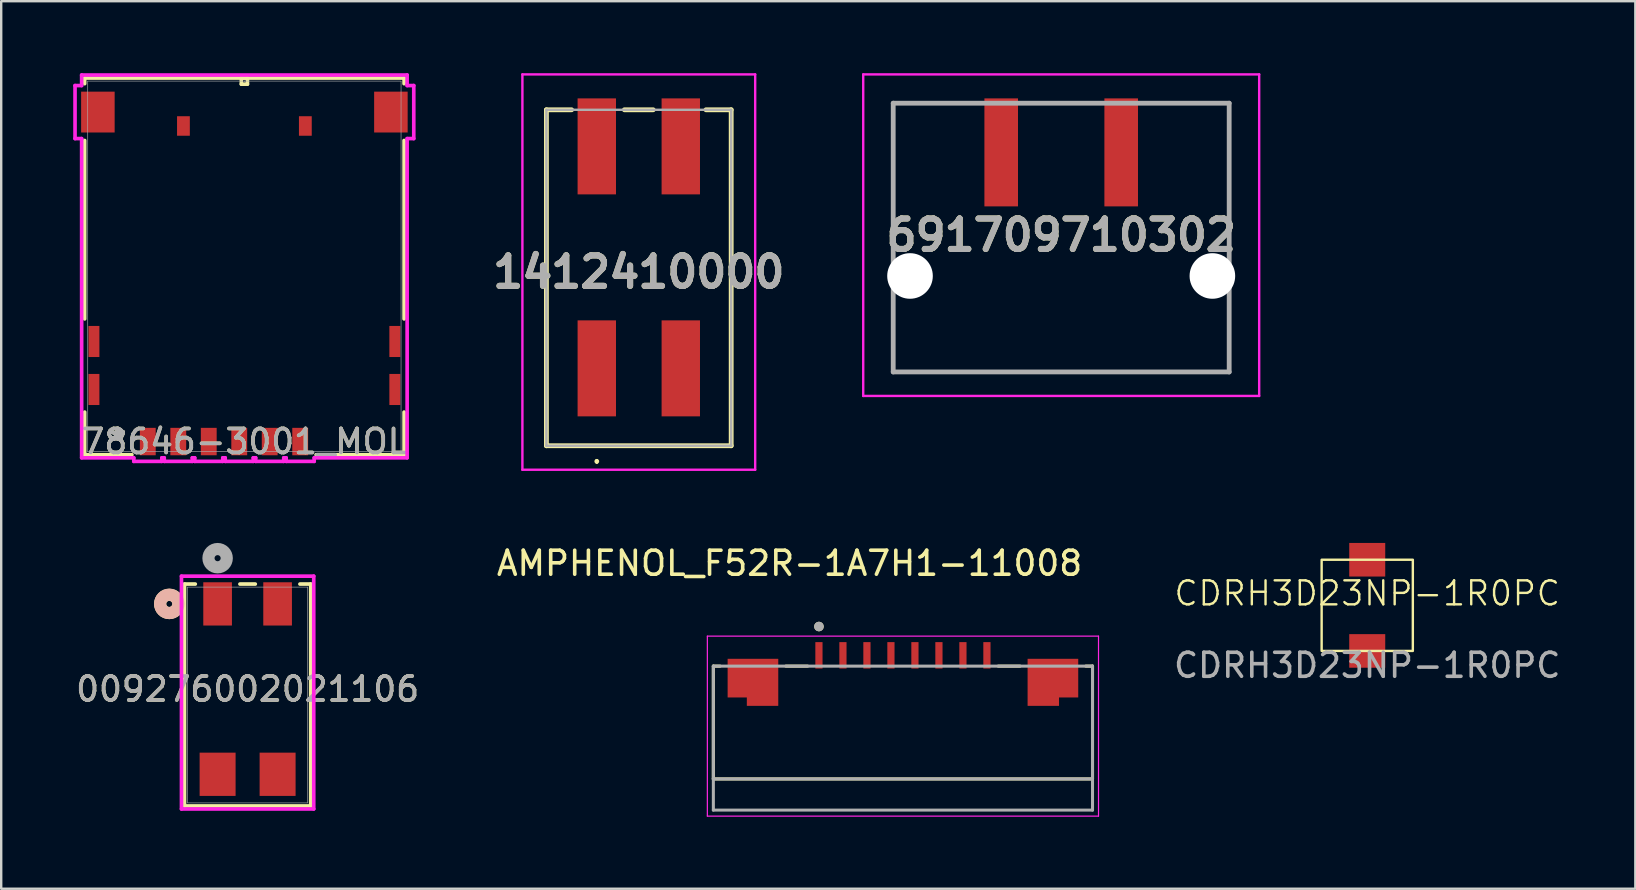
<source format=kicad_pcb>
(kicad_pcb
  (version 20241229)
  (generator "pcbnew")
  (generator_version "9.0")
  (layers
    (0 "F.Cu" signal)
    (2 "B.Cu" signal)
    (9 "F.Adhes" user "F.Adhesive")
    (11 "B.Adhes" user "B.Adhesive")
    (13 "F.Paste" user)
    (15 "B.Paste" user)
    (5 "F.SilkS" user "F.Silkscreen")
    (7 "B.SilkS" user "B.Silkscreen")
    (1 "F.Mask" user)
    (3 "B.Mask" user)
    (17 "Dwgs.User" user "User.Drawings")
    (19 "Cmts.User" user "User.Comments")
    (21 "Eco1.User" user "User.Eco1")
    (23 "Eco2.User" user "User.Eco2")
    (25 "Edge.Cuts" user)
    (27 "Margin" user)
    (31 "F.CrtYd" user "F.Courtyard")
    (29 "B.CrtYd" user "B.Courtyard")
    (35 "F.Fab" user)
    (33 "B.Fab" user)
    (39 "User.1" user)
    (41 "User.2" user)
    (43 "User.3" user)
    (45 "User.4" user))
  (footprint "CDRH3D23NP-1R0PC"
    (layer "F.Cu")
    (at 53.924 22.175)
    (property "Reference" "CDRH3D23NP-1R0PC" (at 0 -0.5 0) (unlocked yes) (layer "F.SilkS") (effects (font (size 1 1) (thickness 0.1))))
    (attr smd)
    (fp_rect (start 1.9 1.9) (end -1.9 -1.9) (stroke (width 0.1) (type default)) (fill no) (layer "F.SilkS"))
    (fp_text user "${REFERENCE}" (at 0 2.5 0) (unlocked yes) (layer "F.Fab") (effects (font (size 1 1) (thickness 0.15))))
    (pad "1" smd rect (at 0 -1.9) (size 1.5 1.4) (layers "F.Cu" "F.Mask" "F.Paste"))
    (pad "2" smd rect (at 0 1.9) (size 1.5 1.4) (layers "F.Cu" "F.Mask" "F.Paste")))
  (footprint "1412410000"
    (layer "F.Cu")
    (at 23.569 8.525)
    (property "Reference" "1412410000" (at 0 -0.237 0) (layer "F.SilkS") (effects (font (size 1.27 1.27) (thickness 0.254))))
    (attr smd)
    (fp_line (start -3.85 -7) (end -3.85 7) (stroke (width 0.2) (type solid)) (layer "F.SilkS"))
    (fp_line (start -3.85 7) (end 3.85 7) (stroke (width 0.2) (type solid)) (layer "F.SilkS"))
    (fp_line (start -2.8 -7) (end -3.85 -7) (stroke (width 0.2) (type solid)) (layer "F.SilkS"))
    (fp_line (start -1.75 7.6) (end -1.75 7.6) (stroke (width 0.1) (type solid)) (layer "F.SilkS"))
    (fp_line (start -1.75 7.7) (end -1.75 7.7) (stroke (width 0.1) (type solid)) (layer "F.SilkS"))
    (fp_line (start -0.6 -7) (end 0.6 -7) (stroke (width 0.2) (type solid)) (layer "F.SilkS"))
    (fp_line (start 3.85 -7) (end 2.8 -7) (stroke (width 0.2) (type solid)) (layer "F.SilkS"))
    (fp_line (start 3.85 7) (end 3.85 -7) (stroke (width 0.2) (type solid)) (layer "F.SilkS"))
    (fp_arc (start -1.75 7.6) (mid -1.7 7.65) (end -1.75 7.7) (stroke (width 0.1) (type solid)) (layer "F.SilkS"))
    (fp_arc (start -1.75 7.7) (mid -1.8 7.65) (end -1.75 7.6) (stroke (width 0.1) (type solid)) (layer "F.SilkS"))
    (fp_line (start -4.85 -8.475) (end 4.85 -8.475) (stroke (width 0.1) (type solid)) (layer "F.CrtYd"))
    (fp_line (start -4.85 8) (end -4.85 -8.475) (stroke (width 0.1) (type solid)) (layer "F.CrtYd"))
    (fp_line (start 4.85 -8.475) (end 4.85 8) (stroke (width 0.1) (type solid)) (layer "F.CrtYd"))
    (fp_line (start 4.85 8) (end -4.85 8) (stroke (width 0.1) (type solid)) (layer "F.CrtYd"))
    (fp_line (start -3.85 -7) (end -3.85 7) (stroke (width 0.1) (type solid)) (layer "F.Fab"))
    (fp_line (start -3.85 7) (end 3.85 7) (stroke (width 0.1) (type solid)) (layer "F.Fab"))
    (fp_line (start 3.85 -7) (end -3.85 -7) (stroke (width 0.1) (type solid)) (layer "F.Fab"))
    (fp_line (start 3.85 7) (end 3.85 -7) (stroke (width 0.1) (type solid)) (layer "F.Fab"))
    (fp_text user "${REFERENCE}" (at 0 -0.237 0) (layer "F.Fab") (effects (font (size 1.27 1.27) (thickness 0.254))))
    (pad "1" smd rect (at -1.75 3.775) (size 1.6 4) (layers "F.Cu" "F.Mask" "F.Paste"))
    (pad "2" smd rect (at -1.75 -5.475) (size 1.6 4) (layers "F.Cu" "F.Mask" "F.Paste"))
    (pad "3" smd rect (at 1.75 3.775) (size 1.6 4) (layers "F.Cu" "F.Mask" "F.Paste"))
    (pad "4" smd rect (at 1.75 -5.475) (size 1.6 4) (layers "F.Cu" "F.Mask" "F.Paste")))
  (footprint "78646-3001_MOL"
    (layer "F.Cu")
    (at 7.134 8.052)
    (property "Reference" "78646-3001_MOL" (at 0 7.298 0) (unlocked yes) (layer "F.SilkS") (effects (font (size 1 1) (thickness 0.15))))
    (attr smd)
    (fp_line (start -6.655 -7.849) (end -6.655 -7.615) (stroke (width 0.152) (type solid)) (layer "F.SilkS"))
    (fp_line (start -6.655 -5.248) (end -6.655 2.187) (stroke (width 0.152) (type solid)) (layer "F.SilkS"))
    (fp_line (start -6.655 6.07) (end -6.655 7.849) (stroke (width 0.152) (type solid)) (layer "F.SilkS"))
    (fp_line (start -6.655 7.849) (end -4.688 7.849) (stroke (width 0.152) (type solid)) (layer "F.SilkS"))
    (fp_line (start -0.127 -7.849) (end -0.127 -7.595) (stroke (width 0.152) (type solid)) (layer "F.SilkS"))
    (fp_line (start -0.127 -7.595) (end 0.127 -7.595) (stroke (width 0.152) (type solid)) (layer "F.SilkS"))
    (fp_line (start 0.127 -7.849) (end -0.127 -7.849) (stroke (width 0.152) (type solid)) (layer "F.SilkS"))
    (fp_line (start 0.127 -7.595) (end 0.127 -7.849) (stroke (width 0.152) (type solid)) (layer "F.SilkS"))
    (fp_line (start 2.988 7.849) (end 6.655 7.849) (stroke (width 0.152) (type solid)) (layer "F.SilkS"))
    (fp_line (start 6.655 -7.849) (end -6.655 -7.849) (stroke (width 0.152) (type solid)) (layer "F.SilkS"))
    (fp_line (start 6.655 -7.615) (end 6.655 -7.849) (stroke (width 0.152) (type solid)) (layer "F.SilkS"))
    (fp_line (start 6.655 2.187) (end 6.655 -5.248) (stroke (width 0.152) (type solid)) (layer "F.SilkS"))
    (fp_line (start 6.655 7.849) (end 6.655 6.07) (stroke (width 0.152) (type solid)) (layer "F.SilkS"))
    (fp_line (start -7.057 -7.537) (end -7.057 -5.327) (stroke (width 0.152) (type solid)) (layer "F.CrtYd"))
    (fp_line (start -7.057 -5.327) (end -6.782 -5.327) (stroke (width 0.152) (type solid)) (layer "F.CrtYd"))
    (fp_line (start -6.782 -7.976) (end -6.782 -7.537) (stroke (width 0.152) (type solid)) (layer "F.CrtYd"))
    (fp_line (start -6.782 -7.537) (end -7.057 -7.537) (stroke (width 0.152) (type solid)) (layer "F.CrtYd"))
    (fp_line (start -6.782 -5.327) (end -6.782 7.976) (stroke (width 0.152) (type solid)) (layer "F.CrtYd"))
    (fp_line (start -6.782 7.976) (end -4.609 7.976) (stroke (width 0.152) (type solid)) (layer "F.CrtYd"))
    (fp_line (start -4.609 7.976) (end -4.609 8.124) (stroke (width 0.152) (type solid)) (layer "F.CrtYd"))
    (fp_line (start -4.609 8.124) (end -3.441 8.124) (stroke (width 0.152) (type solid)) (layer "F.CrtYd"))
    (fp_line (start -3.441 7.976) (end -3.339 7.976) (stroke (width 0.152) (type solid)) (layer "F.CrtYd"))
    (fp_line (start -3.441 8.124) (end -3.441 7.976) (stroke (width 0.152) (type solid)) (layer "F.CrtYd"))
    (fp_line (start -3.339 7.976) (end -3.339 8.124) (stroke (width 0.152) (type solid)) (layer "F.CrtYd"))
    (fp_line (start -3.339 8.124) (end -2.171 8.124) (stroke (width 0.152) (type solid)) (layer "F.CrtYd"))
    (fp_line (start -2.171 7.976) (end -2.069 7.976) (stroke (width 0.152) (type solid)) (layer "F.CrtYd"))
    (fp_line (start -2.171 8.124) (end -2.171 7.976) (stroke (width 0.152) (type solid)) (layer "F.CrtYd"))
    (fp_line (start -2.069 7.976) (end -2.069 8.124) (stroke (width 0.152) (type solid)) (layer "F.CrtYd"))
    (fp_line (start -2.069 8.124) (end -0.901 8.124) (stroke (width 0.152) (type solid)) (layer "F.CrtYd"))
    (fp_line (start -0.901 7.976) (end -0.799 7.976) (stroke (width 0.152) (type solid)) (layer "F.CrtYd"))
    (fp_line (start -0.901 8.124) (end -0.901 7.976) (stroke (width 0.152) (type solid)) (layer "F.CrtYd"))
    (fp_line (start -0.799 7.976) (end -0.799 8.124) (stroke (width 0.152) (type solid)) (layer "F.CrtYd"))
    (fp_line (start -0.799 8.124) (end 0.369 8.124) (stroke (width 0.152) (type solid)) (layer "F.CrtYd"))
    (fp_line (start 0.369 7.976) (end 0.471 7.976) (stroke (width 0.152) (type solid)) (layer "F.CrtYd"))
    (fp_line (start 0.369 8.124) (end 0.369 7.976) (stroke (width 0.152) (type solid)) (layer "F.CrtYd"))
    (fp_line (start 0.471 7.976) (end 0.471 8.124) (stroke (width 0.152) (type solid)) (layer "F.CrtYd"))
    (fp_line (start 0.471 8.124) (end 1.639 8.124) (stroke (width 0.152) (type solid)) (layer "F.CrtYd"))
    (fp_line (start 1.639 7.976) (end 1.741 7.976) (stroke (width 0.152) (type solid)) (layer "F.CrtYd"))
    (fp_line (start 1.639 8.124) (end 1.639 7.976) (stroke (width 0.152) (type solid)) (layer "F.CrtYd"))
    (fp_line (start 1.741 7.976) (end 1.741 8.124) (stroke (width 0.152) (type solid)) (layer "F.CrtYd"))
    (fp_line (start 1.741 8.124) (end 2.909 8.124) (stroke (width 0.152) (type solid)) (layer "F.CrtYd"))
    (fp_line (start 2.909 7.976) (end 6.782 7.976) (stroke (width 0.152) (type solid)) (layer "F.CrtYd"))
    (fp_line (start 2.909 8.124) (end 2.909 7.976) (stroke (width 0.152) (type solid)) (layer "F.CrtYd"))
    (fp_line (start 6.782 -7.976) (end -6.782 -7.976) (stroke (width 0.152) (type solid)) (layer "F.CrtYd"))
    (fp_line (start 6.782 -7.537) (end 6.782 -7.976) (stroke (width 0.152) (type solid)) (layer "F.CrtYd"))
    (fp_line (start 6.782 -5.327) (end 7.058 -5.327) (stroke (width 0.152) (type solid)) (layer "F.CrtYd"))
    (fp_line (start 6.782 7.976) (end 6.782 -5.327) (stroke (width 0.152) (type solid)) (layer "F.CrtYd"))
    (fp_line (start 7.058 -7.537) (end 6.782 -7.537) (stroke (width 0.152) (type solid)) (layer "F.CrtYd"))
    (fp_line (start 7.058 -5.327) (end 7.058 -7.537) (stroke (width 0.152) (type solid)) (layer "F.CrtYd"))
    (fp_line (start -6.528 -7.722) (end -6.528 7.722) (stroke (width 0.025) (type solid)) (layer "F.Fab"))
    (fp_line (start -6.528 7.722) (end 6.528 7.722) (stroke (width 0.025) (type solid)) (layer "F.Fab"))
    (fp_line (start 0 -7.722) (end 0 -7.722) (stroke (width 0.025) (type solid)) (layer "F.Fab"))
    (fp_line (start 0 -7.722) (end 0 -7.722) (stroke (width 0.025) (type solid)) (layer "F.Fab"))
    (fp_line (start 0 -7.722) (end 0 -7.722) (stroke (width 0.025) (type solid)) (layer "F.Fab"))
    (fp_line (start 0 -7.722) (end 0 -7.722) (stroke (width 0.025) (type solid)) (layer "F.Fab"))
    (fp_line (start 6.528 -7.722) (end -6.528 -7.722) (stroke (width 0.025) (type solid)) (layer "F.Fab"))
    (fp_line (start 6.528 7.722) (end 6.528 -7.722) (stroke (width 0.025) (type solid)) (layer "F.Fab"))
    (fp_text user "*" (at -5.295 7.298 0) (unlocked yes) (layer "F.SilkS") (effects (font (size 1 1) (thickness 0.15))))
    (fp_text user "*" (at -5.295 7.298 0) (layer "F.SilkS") (effects (font (size 1 1) (thickness 0.15))))
    (fp_text user "${REFERENCE}" (at 0 7.298 0) (unlocked yes) (layer "F.Fab") (effects (font (size 1 1) (thickness 0.15))))
    (fp_text user "*" (at -5.295 7.298 0) (unlocked yes) (layer "F.Fab") (effects (font (size 1 1) (thickness 0.15))))
    (fp_text user "*" (at -5.295 7.298 0) (layer "F.Fab") (effects (font (size 1 1) (thickness 0.15))))
    (pad "13" smd rect (at -2.54 -5.852) (size 0.533 0.813) (layers "F.Cu" "F.Mask" "F.Paste"))
    (pad "14" smd rect (at 2.54 -5.852) (size 0.533 0.813) (layers "F.Cu" "F.Mask" "F.Paste"))
    (pad "C1" smd rect (at -2.755 7.298) (size 0.66 1.143) (layers "F.Cu" "F.Mask" "F.Paste"))
    (pad "C2" smd rect (at -0.215 7.298) (size 0.66 1.143) (layers "F.Cu" "F.Mask" "F.Paste"))
    (pad "C3" smd rect (at 2.325 7.298) (size 0.66 1.143) (layers "F.Cu" "F.Mask" "F.Paste"))
    (pad "C5" smd rect (at -4.025 7.298) (size 0.66 1.143) (layers "F.Cu" "F.Mask" "F.Paste"))
    (pad "C6" smd rect (at -1.485 7.298) (size 0.66 1.143) (layers "F.Cu" "F.Mask" "F.Paste"))
    (pad "C7" smd rect (at 1.055 7.298) (size 0.66 1.143) (layers "F.Cu" "F.Mask" "F.Paste"))
    (pad "GND1" smd rect (at -6.105 -6.432) (size 1.397 1.702) (layers "F.Cu" "F.Mask" "F.Paste"))
    (pad "GND2" smd rect (at 6.105 -6.432) (size 1.397 1.702) (layers "F.Cu" "F.Mask" "F.Paste"))
    (pad "GND3" smd rect (at -6.27 3.128) (size 0.457 1.295) (layers "F.Cu" "F.Mask" "F.Paste"))
    (pad "GND4" smd rect (at 6.27 3.128) (size 0.457 1.295) (layers "F.Cu" "F.Mask" "F.Paste"))
    (pad "GND5" smd rect (at -6.27 5.128) (size 0.457 1.295) (layers "F.Cu" "F.Mask" "F.Paste"))
    (pad "GND6" smd rect (at 6.27 5.128) (size 0.457 1.295) (layers "F.Cu" "F.Mask" "F.Paste")))
  (footprint "691709710302"
    (layer "F.Cu")
    (at 41.171 6.85)
    (property "Reference" "691709710302" (at 0 -0.1 0) (layer "F.SilkS") (effects (font (size 1.27 1.27) (thickness 0.254))))
    (attr through_hole)
    (fp_line (start -7 -5.6) (end -7 0.4) (stroke (width 0.1) (type solid)) (layer "F.SilkS"))
    (fp_line (start -7 2.8) (end -7 5.6) (stroke (width 0.1) (type solid)) (layer "F.SilkS"))
    (fp_line (start -7 5.6) (end 7 5.6) (stroke (width 0.1) (type solid)) (layer "F.SilkS"))
    (fp_line (start -3.6 -5.6) (end -7 -5.6) (stroke (width 0.1) (type solid)) (layer "F.SilkS"))
    (fp_line (start 3.6 -5.6) (end 7 -5.6) (stroke (width 0.1) (type solid)) (layer "F.SilkS"))
    (fp_line (start 7 -5.6) (end 7 0.4) (stroke (width 0.1) (type solid)) (layer "F.SilkS"))
    (fp_line (start 7 5.6) (end 7 2.8) (stroke (width 0.1) (type solid)) (layer "F.SilkS"))
    (fp_line (start -8.25 -6.8) (end 8.25 -6.8) (stroke (width 0.1) (type solid)) (layer "F.CrtYd"))
    (fp_line (start -8.25 6.6) (end -8.25 -6.8) (stroke (width 0.1) (type solid)) (layer "F.CrtYd"))
    (fp_line (start 8.25 -6.8) (end 8.25 6.6) (stroke (width 0.1) (type solid)) (layer "F.CrtYd"))
    (fp_line (start 8.25 6.6) (end -8.25 6.6) (stroke (width 0.1) (type solid)) (layer "F.CrtYd"))
    (fp_line (start -7 -5.6) (end 7 -5.6) (stroke (width 0.2) (type solid)) (layer "F.Fab"))
    (fp_line (start -7 5.6) (end -7 -5.6) (stroke (width 0.2) (type solid)) (layer "F.Fab"))
    (fp_line (start 7 -5.6) (end 7 5.6) (stroke (width 0.2) (type solid)) (layer "F.Fab"))
    (fp_line (start 7 5.6) (end -7 5.6) (stroke (width 0.2) (type solid)) (layer "F.Fab"))
    (fp_text user "${REFERENCE}" (at 0 -0.1 0) (layer "F.Fab") (effects (font (size 1.27 1.27) (thickness 0.254))))
    (pad "" np_thru_hole circle (at -6.3 1.6) (size 1.9 1.9) (drill 1.9) (layers "*.Cu" "*.Mask"))
    (pad "" np_thru_hole circle (at 6.3 1.6) (size 1.9 1.9) (drill 1.9) (layers "*.Cu" "*.Mask"))
    (pad "1" smd rect (at -2.5 -3.55) (size 1.4 4.5) (layers "F.Cu" "F.Mask" "F.Paste"))
    (pad "2" smd rect (at 2.5 -3.55) (size 1.4 4.5) (layers "F.Cu" "F.Mask" "F.Paste")))
  (footprint "009276002021106"
    (layer "F.Cu")
    (at 7.268 25.911)
    (property "Reference" "009276002021106" (at 0 -0.246 0) (unlocked yes) (layer "F.SilkS") (effects (font (size 1 1) (thickness 0.15))))
    (attr smd)
    (fp_line (start -2.629 -4.623) (end -2.629 4.623) (stroke (width 0.152) (type solid)) (layer "F.SilkS"))
    (fp_line (start -2.629 4.623) (end 2.629 4.623) (stroke (width 0.152) (type solid)) (layer "F.SilkS"))
    (fp_line (start -2.18 -4.623) (end -2.629 -4.623) (stroke (width 0.152) (type solid)) (layer "F.SilkS"))
    (fp_line (start 0.32 -4.623) (end -0.32 -4.623) (stroke (width 0.152) (type solid)) (layer "F.SilkS"))
    (fp_line (start 2.629 -4.623) (end 2.18 -4.623) (stroke (width 0.152) (type solid)) (layer "F.SilkS"))
    (fp_line (start 2.629 4.623) (end 2.629 -4.623) (stroke (width 0.152) (type solid)) (layer "F.SilkS"))
    (fp_circle (center -3.264 -3.796) (end -2.883 -3.796) (stroke (width 0.508) (type solid)) (fill no) (layer "F.SilkS"))
    (fp_circle (center -3.264 -3.796) (end -2.883 -3.796) (stroke (width 0.508) (type solid)) (fill no) (layer "B.SilkS"))
    (fp_line (start -2.756 -4.952) (end -2.756 4.75) (stroke (width 0.152) (type solid)) (layer "F.CrtYd"))
    (fp_line (start -2.756 4.75) (end 2.756 4.75) (stroke (width 0.152) (type solid)) (layer "F.CrtYd"))
    (fp_line (start 2.756 -4.952) (end -2.756 -4.952) (stroke (width 0.152) (type solid)) (layer "F.CrtYd"))
    (fp_line (start 2.756 4.75) (end 2.756 -4.952) (stroke (width 0.152) (type solid)) (layer "F.CrtYd"))
    (fp_line (start -2.502 -4.496) (end -2.502 4.496) (stroke (width 0.025) (type solid)) (layer "F.Fab"))
    (fp_line (start -2.502 4.496) (end 2.502 4.496) (stroke (width 0.025) (type solid)) (layer "F.Fab"))
    (fp_line (start 2.502 -4.496) (end -2.502 -4.496) (stroke (width 0.025) (type solid)) (layer "F.Fab"))
    (fp_line (start 2.502 4.496) (end 2.502 -4.496) (stroke (width 0.025) (type solid)) (layer "F.Fab"))
    (fp_circle (center -1.25 -5.701) (end -0.869 -5.701) (stroke (width 0.508) (type solid)) (fill no) (layer "F.Fab"))
    (fp_text user "${REFERENCE}" (at 0 -0.246 0) (unlocked yes) (layer "F.Fab") (effects (font (size 1 1) (thickness 0.15))))
    (pad "1" smd rect (at -1.25 -3.796) (size 1.194 1.803) (layers "F.Cu" "F.Mask" "F.Paste"))
    (pad "2" smd rect (at -1.25 3.304) (size 1.499 1.803) (layers "F.Cu" "F.Mask" "F.Paste"))
    (pad "3" smd rect (at 1.25 -3.796) (size 1.194 1.803) (layers "F.Cu" "F.Mask" "F.Paste"))
    (pad "4" smd rect (at 1.25 3.304) (size 1.499 1.803) (layers "F.Cu" "F.Mask" "F.Paste")))
  (footprint "AMPHENOL_F52R-1A7H1-11008"
    (layer "F.Cu")
    (at 34.576 27.058)
    (property "Reference" "AMPHENOL_F52R-1A7H1-11008" (at -4.725 -6.635 0) (layer "F.SilkS") (effects (font (size 1 1) (thickness 0.15))))
    (attr smd)
    (fp_poly (pts (xy -7.4 -2.75) (xy -7.4 -0.95) (xy -6.6 -0.95) (xy -6.6 -0.6) (xy -5.1 -0.6) (xy -5.1 -2.75)) (stroke (width 0.01) (type solid)) (fill yes) (layer "F.Mask"))
    (fp_poly (pts (xy 6.6 -0.6) (xy 5.1 -0.6) (xy 5.1 -2.75) (xy 7.4 -2.75) (xy 7.4 -0.95) (xy 6.6 -0.95)) (stroke (width 0.01) (type solid)) (fill yes) (layer "F.Mask"))
    (fp_line (start -7.9 -2.35) (end -7.62 -2.35) (stroke (width 0.127) (type solid)) (layer "F.SilkS"))
    (fp_line (start -7.9 2.35) (end -7.9 -2.35) (stroke (width 0.127) (type solid)) (layer "F.SilkS"))
    (fp_line (start -4.88 -2.35) (end -3.97 -2.35) (stroke (width 0.127) (type solid)) (layer "F.SilkS"))
    (fp_line (start 3.97 -2.35) (end 4.88 -2.35) (stroke (width 0.127) (type solid)) (layer "F.SilkS"))
    (fp_line (start 7.62 -2.35) (end 7.9 -2.35) (stroke (width 0.127) (type solid)) (layer "F.SilkS"))
    (fp_line (start 7.9 -2.35) (end 7.9 2.35) (stroke (width 0.127) (type solid)) (layer "F.SilkS"))
    (fp_line (start 7.9 2.35) (end -7.9 2.35) (stroke (width 0.127) (type solid)) (layer "F.SilkS"))
    (fp_circle (center -3.5 -4) (end -3.4 -4) (stroke (width 0.2) (type solid)) (fill no) (layer "F.SilkS"))
    (fp_poly (pts (xy -7.3 -2.65) (xy -7.3 -1.05) (xy -6.5 -1.05) (xy -6.5 -0.7) (xy -5.2 -0.7) (xy -5.2 -2.65)) (stroke (width 0.01) (type solid)) (fill yes) (layer "F.Paste"))
    (fp_poly (pts (xy 6.5 -0.7) (xy 5.2 -0.7) (xy 5.2 -2.65) (xy 7.3 -2.65) (xy 7.3 -1.05) (xy 6.5 -1.05)) (stroke (width 0.01) (type solid)) (fill yes) (layer "F.Paste"))
    (fp_line (start -8.15 -3.6) (end -8.15 3.9) (stroke (width 0.05) (type solid)) (layer "F.CrtYd"))
    (fp_line (start -8.15 3.9) (end 8.15 3.9) (stroke (width 0.05) (type solid)) (layer "F.CrtYd"))
    (fp_line (start 8.15 -3.6) (end -8.15 -3.6) (stroke (width 0.05) (type solid)) (layer "F.CrtYd"))
    (fp_line (start 8.15 3.9) (end 8.15 -3.6) (stroke (width 0.05) (type solid)) (layer "F.CrtYd"))
    (fp_line (start -7.9 -2.35) (end 7.9 -2.35) (stroke (width 0.127) (type solid)) (layer "F.Fab"))
    (fp_line (start -7.9 2.35) (end -7.9 -2.35) (stroke (width 0.127) (type solid)) (layer "F.Fab"))
    (fp_line (start -7.9 3.65) (end -7.9 2.35) (stroke (width 0.127) (type solid)) (layer "F.Fab"))
    (fp_line (start 7.9 -2.35) (end 7.9 2.35) (stroke (width 0.127) (type solid)) (layer "F.Fab"))
    (fp_line (start 7.9 2.35) (end -7.9 2.35) (stroke (width 0.127) (type solid)) (layer "F.Fab"))
    (fp_line (start 7.9 2.35) (end 7.9 3.65) (stroke (width 0.127) (type solid)) (layer "F.Fab"))
    (fp_line (start 7.9 3.65) (end -7.9 3.65) (stroke (width 0.127) (type solid)) (layer "F.Fab"))
    (fp_circle (center -3.5 -4) (end -3.4 -4) (stroke (width 0.2) (type solid)) (fill no) (layer "F.Fab"))
    (pad "1" smd rect (at -3.5 -2.8) (size 0.3 1.1) (layers "F.Cu" "F.Mask" "F.Paste"))
    (pad "2" smd rect (at -2.5 -2.8) (size 0.3 1.1) (layers "F.Cu" "F.Mask" "F.Paste"))
    (pad "3" smd rect (at -1.5 -2.8) (size 0.3 1.1) (layers "F.Cu" "F.Mask" "F.Paste"))
    (pad "4" smd rect (at -0.5 -2.8) (size 0.3 1.1) (layers "F.Cu" "F.Mask" "F.Paste"))
    (pad "5" smd rect (at 0.5 -2.8) (size 0.3 1.1) (layers "F.Cu" "F.Mask" "F.Paste"))
    (pad "6" smd rect (at 1.5 -2.8) (size 0.3 1.1) (layers "F.Cu" "F.Mask" "F.Paste"))
    (pad "7" smd rect (at 2.5 -2.8) (size 0.3 1.1) (layers "F.Cu" "F.Mask" "F.Paste"))
    (pad "8" smd rect (at 3.5 -2.8) (size 0.3 1.1) (layers "F.Cu" "F.Mask" "F.Paste"))
    (pad "S1" smd custom (at -6.25 -1.85) (size 1 1) (layers "F.Cu") (options (anchor rect)) (primitives (gr_poly (pts (xy -1.05 -0.8) (xy -1.05 0.8) (xy -0.25 0.8) (xy -0.25 1.15) (xy 1.05 1.15) (xy 1.05 -0.8)) (width 0.01) (fill yes))))
    (pad "S2" smd custom (at 6.25 -1.85) (size 1 1) (layers "F.Cu") (options (anchor rect)) (primitives (gr_poly (pts (xy 0.25 1.15) (xy -1.05 1.15) (xy -1.05 -0.8) (xy 1.05 -0.8) (xy 1.05 0.8) (xy 0.25 0.8)) (width 0.01) (fill yes)))))
  (gr_rect
    (start -3 -3)
    (end 65.096 33.983)
    (stroke (width 0.1) (type default))
    (fill no)
    (layer "Edge.Cuts")))
</source>
